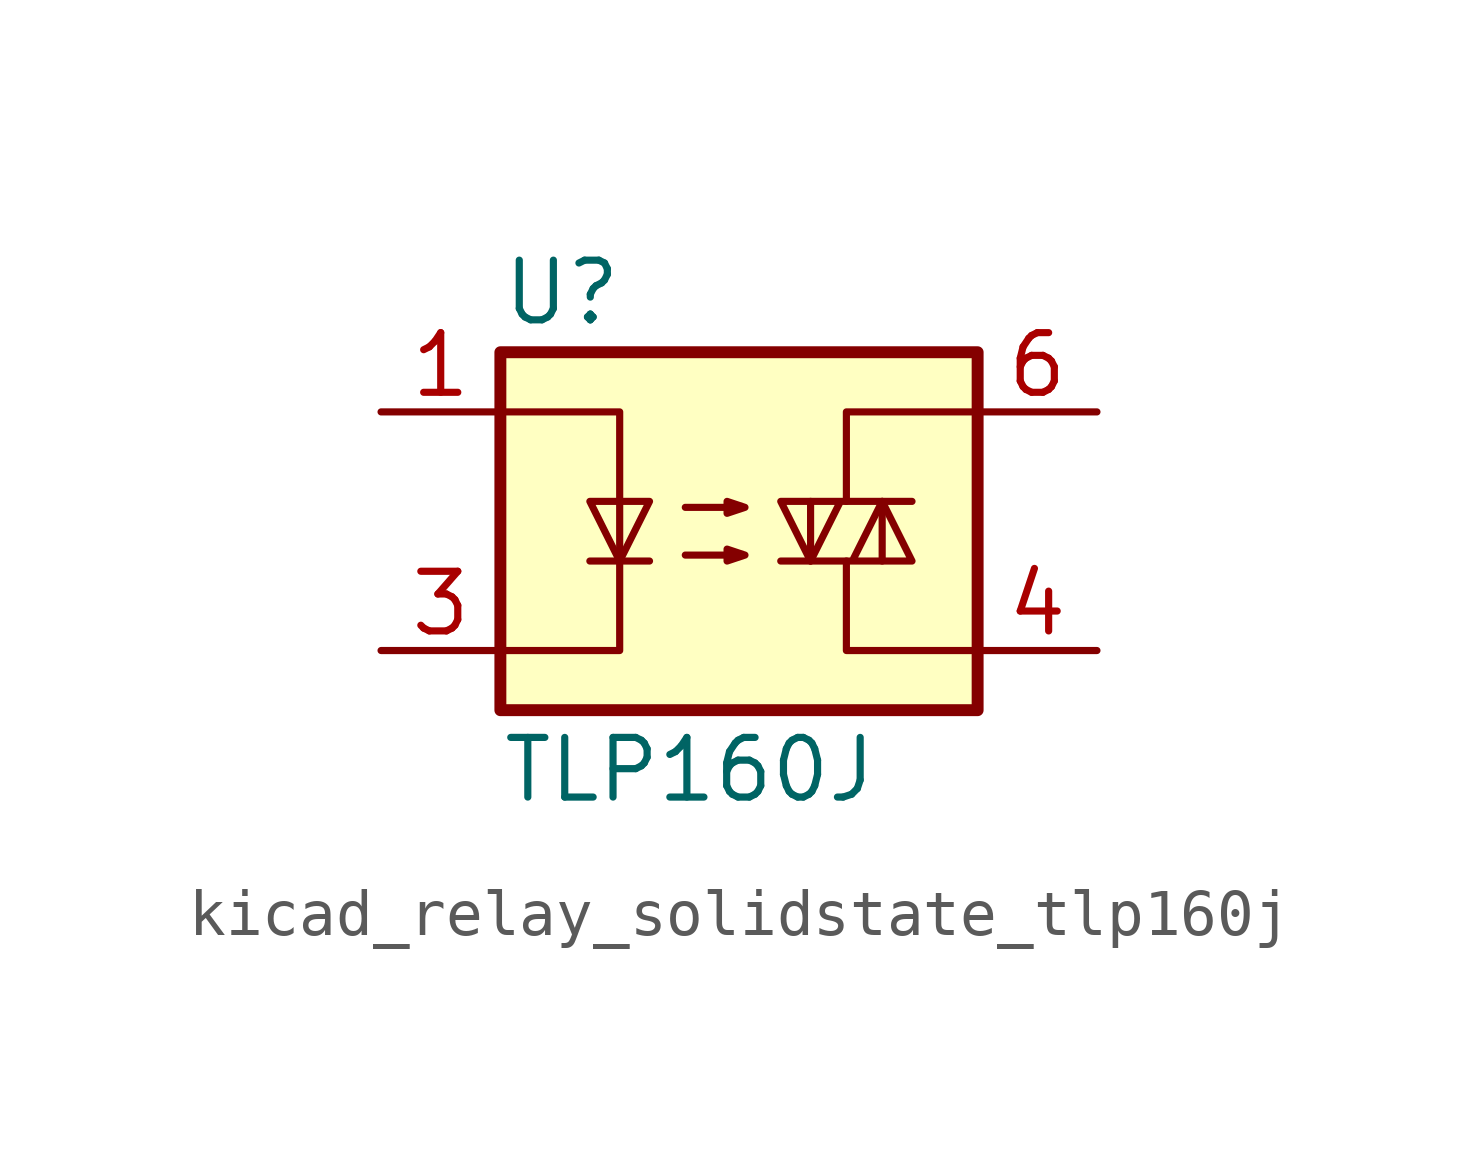
<source format=kicad_sym>
(kicad_symbol_lib
  (version 20220914)
  (generator kicad_symbol_editor)
  (symbol "kicad_relay_solidstate_tlp160j"
    (property "Reference" "U"
      (at -5.08 5.08 0)
      (effects (font (size 1.27 1.27)) (justify left)))
    (property "Value" "TLP160J"
      (at -5.08 -5.08 0)
      (effects (font (size 1.27 1.27)) (justify left)))
    (symbol "kicad_relay_solidstate_tlp160j_0_1"
      (rectangle (start -5.08 3.81) (end 5.08 -3.81) (stroke (width 0.254) (type default)) (fill (type background)))
      (polyline (pts (xy -3.175 -0.635) (xy -1.905 -0.635)) (stroke (width 0) (type default)) (fill (type none)))
      (polyline (pts (xy 1.524 -0.635) (xy 1.524 0.635)) (stroke (width 0) (type default)) (fill (type none)))
      (polyline (pts (xy 3.048 0.635) (xy 3.048 -0.635)) (stroke (width 0) (type default)) (fill (type none)))
      (polyline (pts (xy 2.286 -0.635) (xy 2.286 -2.54) (xy 5.08 -2.54)) (stroke (width 0) (type default)) (fill (type none)))
      (polyline (pts (xy 2.286 0.635) (xy 2.286 2.54) (xy 5.08 2.54)) (stroke (width 0) (type default)) (fill (type none)))
      (polyline (pts (xy -5.08 2.54) (xy -2.54 2.54) (xy -2.54 -2.54) (xy -5.08 -2.54)) (stroke (width 0) (type default)) (fill (type none)))
      (polyline (pts (xy -2.54 -0.635) (xy -3.175 0.635) (xy -1.905 0.635) (xy -2.54 -0.635)) (stroke (width 0) (type default)) (fill (type none)))
      (polyline (pts (xy 0.889 -0.635) (xy 3.683 -0.635) (xy 3.048 0.635) (xy 2.413 -0.635)) (stroke (width 0) (type default)) (fill (type none)))
      (polyline (pts (xy 3.683 0.635) (xy 0.889 0.635) (xy 1.524 -0.635) (xy 2.159 0.635)) (stroke (width 0) (type default)) (fill (type none)))
      (polyline (pts (xy -1.143 -0.508) (xy 0.127 -0.508) (xy -0.254 -0.635) (xy -0.254 -0.381) (xy 0.127 -0.508)) (stroke (width 0) (type default)) (fill (type none)))
      (polyline (pts (xy -1.143 0.508) (xy 0.127 0.508) (xy -0.254 0.381) (xy -0.254 0.635) (xy 0.127 0.508)) (stroke (width 0) (type default)) (fill (type none))))
    (symbol "kicad_relay_solidstate_tlp160j_1_1"
      (pin passive line (at -7.62 2.54 0) (length 2.54) (name "~" (effects (font (size 1.27 1.27)))) (number "1" (effects (font (size 1.27 1.27)))))
      (pin passive line (at -7.62 -2.54 0) (length 2.54) (name "~" (effects (font (size 1.27 1.27)))) (number "3" (effects (font (size 1.27 1.27)))))
      (pin passive line (at 7.62 -2.54 180) (length 2.54) (name "~" (effects (font (size 1.27 1.27)))) (number "4" (effects (font (size 1.27 1.27)))))
      (pin passive line (at 7.62 2.54 180) (length 2.54) (name "~" (effects (font (size 1.27 1.27)))) (number "6" (effects (font (size 1.27 1.27))))))))
</source>
